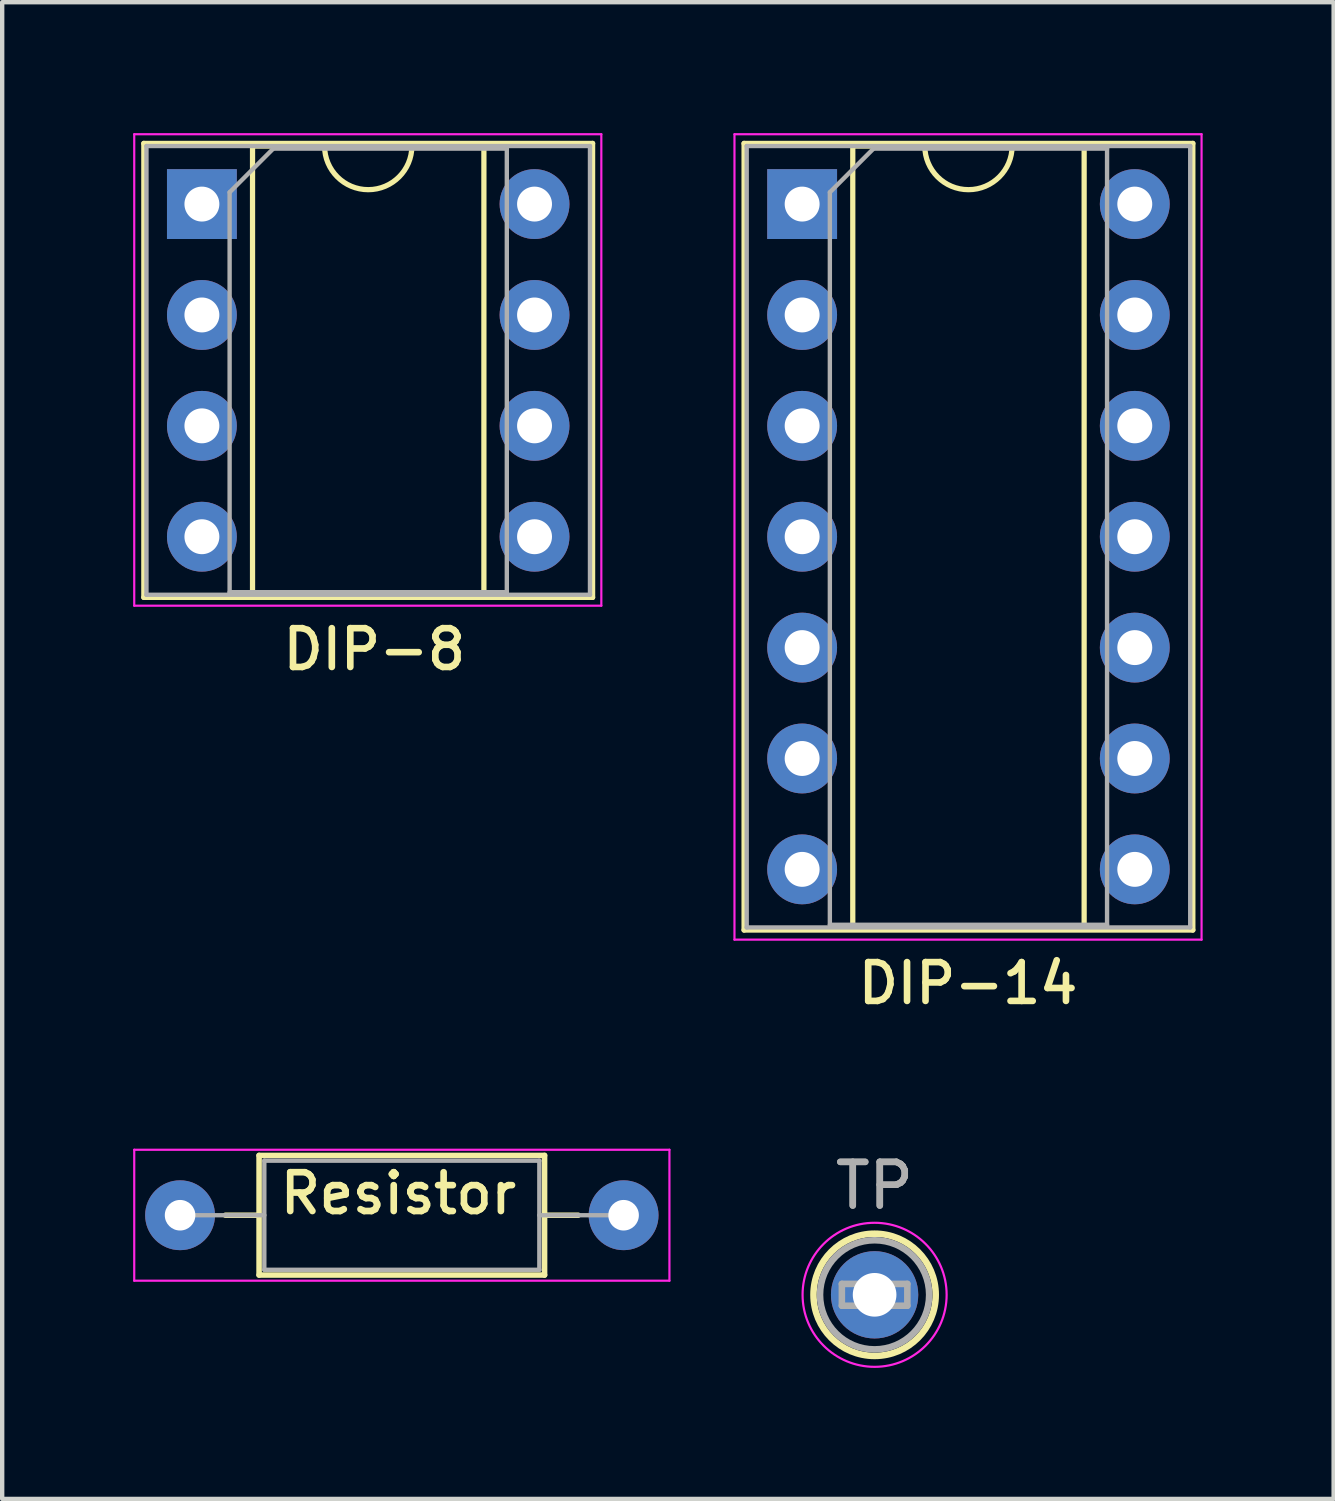
<source format=kicad_pcb>
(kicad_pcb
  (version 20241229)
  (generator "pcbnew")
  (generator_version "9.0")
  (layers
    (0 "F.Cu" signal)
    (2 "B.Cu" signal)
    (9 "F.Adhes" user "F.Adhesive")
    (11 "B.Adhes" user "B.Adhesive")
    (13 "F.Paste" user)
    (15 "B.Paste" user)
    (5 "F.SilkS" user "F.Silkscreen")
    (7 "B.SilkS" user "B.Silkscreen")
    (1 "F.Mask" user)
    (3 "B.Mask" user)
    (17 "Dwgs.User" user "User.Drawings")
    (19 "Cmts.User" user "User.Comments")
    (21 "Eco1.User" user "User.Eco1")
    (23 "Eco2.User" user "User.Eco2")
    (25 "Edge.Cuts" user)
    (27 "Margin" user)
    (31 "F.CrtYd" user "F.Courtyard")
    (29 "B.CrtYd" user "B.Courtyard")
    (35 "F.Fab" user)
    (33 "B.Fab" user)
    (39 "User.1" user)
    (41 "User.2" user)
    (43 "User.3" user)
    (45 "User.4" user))
  (footprint "Resistor"
    (layer "F.Cu")
    (at 1.075 24.788)
    (property "Reference" "Resistor" (at 5 -0.5 0) (layer "F.SilkS") (effects (font (size 0.889 0.889) (thickness 0.152))))
    (attr through_hole)
    (fp_line (start 1.04 0) (end 1.81 0) (stroke (width 0.127) (type solid)) (layer "F.SilkS"))
    (fp_line (start 1.81 -1.37) (end 1.81 1.37) (stroke (width 0.127) (type solid)) (layer "F.SilkS"))
    (fp_line (start 1.81 -1.37) (end 8.35 -1.37) (stroke (width 0.127) (type solid)) (layer "F.SilkS"))
    (fp_line (start 1.81 1.37) (end 8.35 1.37) (stroke (width 0.127) (type solid)) (layer "F.SilkS"))
    (fp_line (start 8.35 1.37) (end 8.35 -1.37) (stroke (width 0.127) (type solid)) (layer "F.SilkS"))
    (fp_line (start 9.12 0) (end 8.35 0) (stroke (width 0.127) (type solid)) (layer "F.SilkS"))
    (fp_line (start -1.05 -1.5) (end -1.05 1.5) (stroke (width 0.05) (type solid)) (layer "F.CrtYd"))
    (fp_line (start -1.05 1.5) (end 11.21 1.5) (stroke (width 0.05) (type solid)) (layer "F.CrtYd"))
    (fp_line (start 11.21 -1.5) (end -1.05 -1.5) (stroke (width 0.05) (type solid)) (layer "F.CrtYd"))
    (fp_line (start 11.21 1.5) (end 11.21 -1.5) (stroke (width 0.05) (type solid)) (layer "F.CrtYd"))
    (fp_line (start 0 0) (end 1.93 0) (stroke (width 0.1) (type solid)) (layer "F.Fab"))
    (fp_line (start 1.93 -1.25) (end 1.93 1.25) (stroke (width 0.1) (type solid)) (layer "F.Fab"))
    (fp_line (start 1.93 1.25) (end 8.23 1.25) (stroke (width 0.1) (type solid)) (layer "F.Fab"))
    (fp_line (start 8.23 -1.25) (end 1.93 -1.25) (stroke (width 0.1) (type solid)) (layer "F.Fab"))
    (fp_line (start 8.23 1.25) (end 8.23 -1.25) (stroke (width 0.1) (type solid)) (layer "F.Fab"))
    (fp_line (start 10.16 0) (end 8.23 0) (stroke (width 0.1) (type solid)) (layer "F.Fab"))
    (pad "1" thru_hole circle (at 0 0) (size 1.6 1.6) (drill 0.7) (layers "*.Cu" "*.Mask"))
    (pad "2" thru_hole oval (at 10.16 0) (size 1.6 1.6) (drill 0.7) (layers "*.Cu" "*.Mask")))
  (footprint "TP"
    (layer "F.Cu")
    (at 16.985 26.611)
    (property "Reference" "TP" (at 0 -2.5 0) (layer "F.Fab") (effects (font (size 1 1) (thickness 0.15))))
    (attr through_hole)
    (fp_circle (center 0 0) (end 1.4 0) (stroke (width 0.15) (type solid)) (fill no) (layer "F.SilkS"))
    (fp_circle (center 0 0) (end 1.65 0) (stroke (width 0.05) (type solid)) (fill no) (layer "F.CrtYd"))
    (fp_line (start -0.75 -0.25) (end 0.75 -0.25) (stroke (width 0.15) (type solid)) (layer "F.Fab"))
    (fp_line (start -0.75 0.25) (end -0.75 -0.25) (stroke (width 0.15) (type solid)) (layer "F.Fab"))
    (fp_line (start 0.75 -0.25) (end 0.75 0.25) (stroke (width 0.15) (type solid)) (layer "F.Fab"))
    (fp_line (start 0.75 0.25) (end -0.75 0.25) (stroke (width 0.15) (type solid)) (layer "F.Fab"))
    (fp_circle (center 0 0) (end 1.25 0) (stroke (width 0.15) (type solid)) (fill no) (layer "F.Fab"))
    (fp_text user "${REFERENCE}" (at 0 -2.5 0) (layer "F.Fab") (effects (font (size 1 1) (thickness 0.15))))
    (pad "1" thru_hole circle (at 0 0) (size 2 2) (drill 1) (layers "*.Cu" "*.Mask")))
  (footprint "DIP-14"
    (layer "F.Cu")
    (at 15.325 1.625)
    (property "Reference" "DIP-14" (at 3.8 17.85 0) (layer "F.SilkS") (effects (font (size 0.889 0.889) (thickness 0.152))))
    (attr through_hole)
    (fp_line (start -1.33 -1.39) (end -1.33 16.63) (stroke (width 0.12) (type solid)) (layer "F.SilkS"))
    (fp_line (start -1.33 16.63) (end 8.95 16.63) (stroke (width 0.12) (type solid)) (layer "F.SilkS"))
    (fp_line (start 1.16 -1.33) (end 1.16 16.57) (stroke (width 0.12) (type solid)) (layer "F.SilkS"))
    (fp_line (start 1.16 16.57) (end 6.46 16.57) (stroke (width 0.12) (type solid)) (layer "F.SilkS"))
    (fp_line (start 2.81 -1.33) (end 1.16 -1.33) (stroke (width 0.12) (type solid)) (layer "F.SilkS"))
    (fp_line (start 6.46 -1.33) (end 4.81 -1.33) (stroke (width 0.12) (type solid)) (layer "F.SilkS"))
    (fp_line (start 6.46 16.57) (end 6.46 -1.33) (stroke (width 0.12) (type solid)) (layer "F.SilkS"))
    (fp_line (start 8.95 -1.39) (end -1.33 -1.39) (stroke (width 0.12) (type solid)) (layer "F.SilkS"))
    (fp_line (start 8.95 16.63) (end 8.95 -1.39) (stroke (width 0.12) (type solid)) (layer "F.SilkS"))
    (fp_arc (start 4.81 -1.33) (mid 3.81 -0.33) (end 2.81 -1.33) (stroke (width 0.12) (type solid)) (layer "F.SilkS"))
    (fp_line (start -1.55 -1.6) (end -1.55 16.85) (stroke (width 0.05) (type solid)) (layer "F.CrtYd"))
    (fp_line (start -1.55 16.85) (end 9.15 16.85) (stroke (width 0.05) (type solid)) (layer "F.CrtYd"))
    (fp_line (start 9.15 -1.6) (end -1.55 -1.6) (stroke (width 0.05) (type solid)) (layer "F.CrtYd"))
    (fp_line (start 9.15 16.85) (end 9.15 -1.6) (stroke (width 0.05) (type solid)) (layer "F.CrtYd"))
    (fp_line (start -1.27 -1.33) (end -1.27 16.57) (stroke (width 0.1) (type solid)) (layer "F.Fab"))
    (fp_line (start -1.27 16.57) (end 8.89 16.57) (stroke (width 0.1) (type solid)) (layer "F.Fab"))
    (fp_line (start 0.635 -0.27) (end 1.635 -1.27) (stroke (width 0.1) (type solid)) (layer "F.Fab"))
    (fp_line (start 0.635 16.51) (end 0.635 -0.27) (stroke (width 0.1) (type solid)) (layer "F.Fab"))
    (fp_line (start 1.635 -1.27) (end 6.985 -1.27) (stroke (width 0.1) (type solid)) (layer "F.Fab"))
    (fp_line (start 6.985 -1.27) (end 6.985 16.51) (stroke (width 0.1) (type solid)) (layer "F.Fab"))
    (fp_line (start 6.985 16.51) (end 0.635 16.51) (stroke (width 0.1) (type solid)) (layer "F.Fab"))
    (fp_line (start 8.89 -1.33) (end -1.27 -1.33) (stroke (width 0.1) (type solid)) (layer "F.Fab"))
    (fp_line (start 8.89 16.57) (end 8.89 -1.33) (stroke (width 0.1) (type solid)) (layer "F.Fab"))
    (pad "1" thru_hole rect (at 0 0) (size 1.6 1.6) (drill 0.8) (layers "*.Cu" "*.Mask"))
    (pad "2" thru_hole oval (at 0 2.54) (size 1.6 1.6) (drill 0.8) (layers "*.Cu" "*.Mask"))
    (pad "3" thru_hole oval (at 0 5.08) (size 1.6 1.6) (drill 0.8) (layers "*.Cu" "*.Mask"))
    (pad "4" thru_hole oval (at 0 7.62) (size 1.6 1.6) (drill 0.8) (layers "*.Cu" "*.Mask"))
    (pad "5" thru_hole oval (at 0 10.16) (size 1.6 1.6) (drill 0.8) (layers "*.Cu" "*.Mask"))
    (pad "6" thru_hole oval (at 0 12.7) (size 1.6 1.6) (drill 0.8) (layers "*.Cu" "*.Mask"))
    (pad "7" thru_hole oval (at 0 15.24) (size 1.6 1.6) (drill 0.8) (layers "*.Cu" "*.Mask"))
    (pad "8" thru_hole oval (at 7.62 15.24) (size 1.6 1.6) (drill 0.8) (layers "*.Cu" "*.Mask"))
    (pad "9" thru_hole oval (at 7.62 12.7) (size 1.6 1.6) (drill 0.8) (layers "*.Cu" "*.Mask"))
    (pad "10" thru_hole oval (at 7.62 10.16) (size 1.6 1.6) (drill 0.8) (layers "*.Cu" "*.Mask"))
    (pad "11" thru_hole oval (at 7.62 7.62) (size 1.6 1.6) (drill 0.8) (layers "*.Cu" "*.Mask"))
    (pad "12" thru_hole oval (at 7.62 5.08) (size 1.6 1.6) (drill 0.8) (layers "*.Cu" "*.Mask"))
    (pad "13" thru_hole oval (at 7.62 2.54) (size 1.6 1.6) (drill 0.8) (layers "*.Cu" "*.Mask"))
    (pad "14" thru_hole oval (at 7.62 0) (size 1.6 1.6) (drill 0.8) (layers "*.Cu" "*.Mask")))
  (footprint "DIP-8"
    (layer "F.Cu")
    (at 1.575 1.625)
    (property "Reference" "DIP-8" (at 3.95 10.2 0) (layer "F.SilkS") (effects (font (size 0.889 0.889) (thickness 0.152))))
    (attr through_hole)
    (fp_line (start -1.33 -1.39) (end -1.33 9.01) (stroke (width 0.12) (type solid)) (layer "F.SilkS"))
    (fp_line (start -1.33 9.01) (end 8.95 9.01) (stroke (width 0.12) (type solid)) (layer "F.SilkS"))
    (fp_line (start 1.16 -1.33) (end 1.16 8.95) (stroke (width 0.12) (type solid)) (layer "F.SilkS"))
    (fp_line (start 1.16 8.95) (end 6.46 8.95) (stroke (width 0.12) (type solid)) (layer "F.SilkS"))
    (fp_line (start 2.81 -1.33) (end 1.16 -1.33) (stroke (width 0.12) (type solid)) (layer "F.SilkS"))
    (fp_line (start 6.46 -1.33) (end 4.81 -1.33) (stroke (width 0.12) (type solid)) (layer "F.SilkS"))
    (fp_line (start 6.46 8.95) (end 6.46 -1.33) (stroke (width 0.12) (type solid)) (layer "F.SilkS"))
    (fp_line (start 8.95 -1.39) (end -1.33 -1.39) (stroke (width 0.12) (type solid)) (layer "F.SilkS"))
    (fp_line (start 8.95 9.01) (end 8.95 -1.39) (stroke (width 0.12) (type solid)) (layer "F.SilkS"))
    (fp_arc (start 4.81 -1.33) (mid 3.81 -0.33) (end 2.81 -1.33) (stroke (width 0.12) (type solid)) (layer "F.SilkS"))
    (fp_line (start -1.55 -1.6) (end -1.55 9.2) (stroke (width 0.05) (type solid)) (layer "F.CrtYd"))
    (fp_line (start -1.55 9.2) (end 9.15 9.2) (stroke (width 0.05) (type solid)) (layer "F.CrtYd"))
    (fp_line (start 9.15 -1.6) (end -1.55 -1.6) (stroke (width 0.05) (type solid)) (layer "F.CrtYd"))
    (fp_line (start 9.15 9.2) (end 9.15 -1.6) (stroke (width 0.05) (type solid)) (layer "F.CrtYd"))
    (fp_line (start -1.27 -1.33) (end -1.27 8.95) (stroke (width 0.1) (type solid)) (layer "F.Fab"))
    (fp_line (start -1.27 8.95) (end 8.89 8.95) (stroke (width 0.1) (type solid)) (layer "F.Fab"))
    (fp_line (start 0.635 -0.27) (end 1.635 -1.27) (stroke (width 0.1) (type solid)) (layer "F.Fab"))
    (fp_line (start 0.635 8.89) (end 0.635 -0.27) (stroke (width 0.1) (type solid)) (layer "F.Fab"))
    (fp_line (start 1.635 -1.27) (end 6.985 -1.27) (stroke (width 0.1) (type solid)) (layer "F.Fab"))
    (fp_line (start 6.985 -1.27) (end 6.985 8.89) (stroke (width 0.1) (type solid)) (layer "F.Fab"))
    (fp_line (start 6.985 8.89) (end 0.635 8.89) (stroke (width 0.1) (type solid)) (layer "F.Fab"))
    (fp_line (start 8.89 -1.33) (end -1.27 -1.33) (stroke (width 0.1) (type solid)) (layer "F.Fab"))
    (fp_line (start 8.89 8.95) (end 8.89 -1.33) (stroke (width 0.1) (type solid)) (layer "F.Fab"))
    (pad "1" thru_hole rect (at 0 0) (size 1.6 1.6) (drill 0.8) (layers "*.Cu" "*.Mask"))
    (pad "2" thru_hole oval (at 0 2.54) (size 1.6 1.6) (drill 0.8) (layers "*.Cu" "*.Mask"))
    (pad "3" thru_hole oval (at 0 5.08) (size 1.6 1.6) (drill 0.8) (layers "*.Cu" "*.Mask"))
    (pad "4" thru_hole oval (at 0 7.62) (size 1.6 1.6) (drill 0.8) (layers "*.Cu" "*.Mask"))
    (pad "5" thru_hole oval (at 7.62 7.62) (size 1.6 1.6) (drill 0.8) (layers "*.Cu" "*.Mask"))
    (pad "6" thru_hole oval (at 7.62 5.08) (size 1.6 1.6) (drill 0.8) (layers "*.Cu" "*.Mask"))
    (pad "7" thru_hole oval (at 7.62 2.54) (size 1.6 1.6) (drill 0.8) (layers "*.Cu" "*.Mask"))
    (pad "8" thru_hole oval (at 7.62 0) (size 1.6 1.6) (drill 0.8) (layers "*.Cu" "*.Mask")))
  (gr_rect
    (start -3 -3)
    (end 27.5 31.286)
    (stroke (width 0.1) (type default))
    (fill no)
    (layer "Edge.Cuts")))
</source>
